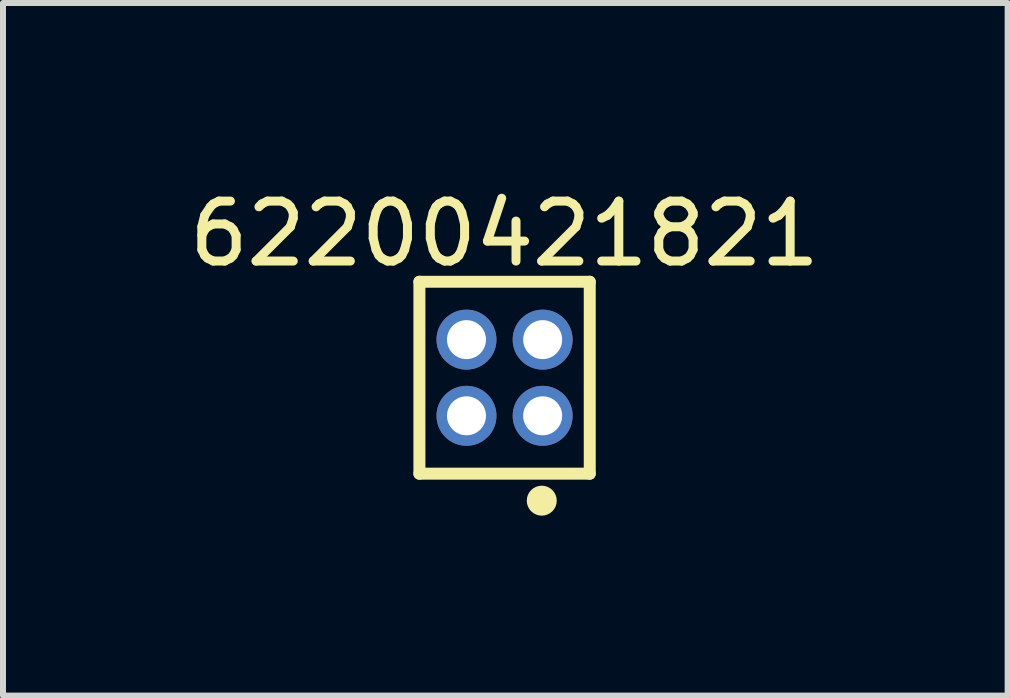
<source format=kicad_pcb>
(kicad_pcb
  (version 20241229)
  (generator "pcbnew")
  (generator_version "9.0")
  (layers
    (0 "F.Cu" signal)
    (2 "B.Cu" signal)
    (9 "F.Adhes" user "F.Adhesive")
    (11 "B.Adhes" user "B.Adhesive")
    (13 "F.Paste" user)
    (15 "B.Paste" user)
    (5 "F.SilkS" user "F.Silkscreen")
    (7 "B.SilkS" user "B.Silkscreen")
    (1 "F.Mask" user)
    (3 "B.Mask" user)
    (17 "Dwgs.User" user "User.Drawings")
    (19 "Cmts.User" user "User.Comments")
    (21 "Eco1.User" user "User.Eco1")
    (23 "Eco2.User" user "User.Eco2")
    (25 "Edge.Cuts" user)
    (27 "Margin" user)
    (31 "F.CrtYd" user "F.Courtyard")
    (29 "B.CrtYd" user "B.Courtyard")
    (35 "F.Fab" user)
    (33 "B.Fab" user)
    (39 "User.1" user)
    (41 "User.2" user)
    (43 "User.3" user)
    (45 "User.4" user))
  (footprint "62200421821"
    (layer "F.Cu")
    (at 5.363 3.248)
    (property "Reference" "62200421821" (at 0 -2.4 0) (layer "F.SilkS") (effects (font (size 1 1) (thickness 0.15))))
    (fp_line (start -1.42 -1.6) (end 1.42 -1.6) (stroke (width 0.2) (type solid)) (layer "F.SilkS"))
    (fp_line (start -1.42 1.6) (end -1.42 -1.6) (stroke (width 0.2) (type solid)) (layer "F.SilkS"))
    (fp_line (start -1.42 1.6) (end 1.42 1.6) (stroke (width 0.2) (type solid)) (layer "F.SilkS"))
    (fp_line (start 1.42 1.6) (end 1.42 -1.6) (stroke (width 0.2) (type solid)) (layer "F.SilkS"))
    (fp_circle (center 0.62 2.05) (end 0.62 1.925) (stroke (width 0.25) (type solid)) (fill no) (layer "F.SilkS"))
    (fp_line (start -1.62 -1.8) (end 1.62 -1.8) (stroke (width 0.05) (type solid)) (layer "Eco2.User"))
    (fp_line (start -1.62 1.8) (end -1.62 -1.8) (stroke (width 0.05) (type solid)) (layer "Eco2.User"))
    (fp_line (start -1.62 1.8) (end 1.62 1.8) (stroke (width 0.05) (type solid)) (layer "Eco2.User"))
    (fp_line (start -1.27 -1.5) (end 1.27 -1.5) (stroke (width 0.1) (type solid)) (layer "Eco2.User"))
    (fp_line (start -1.27 1.5) (end -1.27 -1.5) (stroke (width 0.1) (type solid)) (layer "Eco2.User"))
    (fp_line (start -1.27 1.5) (end 1.27 1.5) (stroke (width 0.1) (type solid)) (layer "Eco2.User"))
    (fp_line (start -0.5 0) (end 0.5 0) (stroke (width 0.05) (type solid)) (layer "Eco2.User"))
    (fp_line (start 0 0.5) (end 0 -0.5) (stroke (width 0.05) (type solid)) (layer "Eco2.User"))
    (fp_line (start 1.27 1.5) (end 1.27 -1.5) (stroke (width 0.1) (type solid)) (layer "Eco2.User"))
    (fp_line (start 1.62 1.8) (end 1.62 -1.8) (stroke (width 0.05) (type solid)) (layer "Eco2.User"))
    (fp_text user "${REFERENCE}" (at 0.1 -0.131 0) (unlocked yes) (layer "User.3") (effects (font (size 1 1) (thickness 0.1))))
    (pad "1" thru_hole circle (at 0.635 0.635 180) (size 1 1) (drill 0.65) (layers "*.Cu" "*.Mask"))
    (pad "2" thru_hole circle (at 0.635 -0.635 180) (size 1 1) (drill 0.65) (layers "*.Cu" "*.Mask"))
    (pad "3" thru_hole circle (at -0.635 0.635 180) (size 1 1) (drill 0.65) (layers "*.Cu" "*.Mask"))
    (pad "4" thru_hole circle (at -0.635 -0.635 180) (size 1 1) (drill 0.65) (layers "*.Cu" "*.Mask")))
  (gr_rect
    (start -3 -3)
    (end 13.751 8.548)
    (stroke (width 0.1) (type default))
    (fill no)
    (layer "Edge.Cuts")))
</source>
